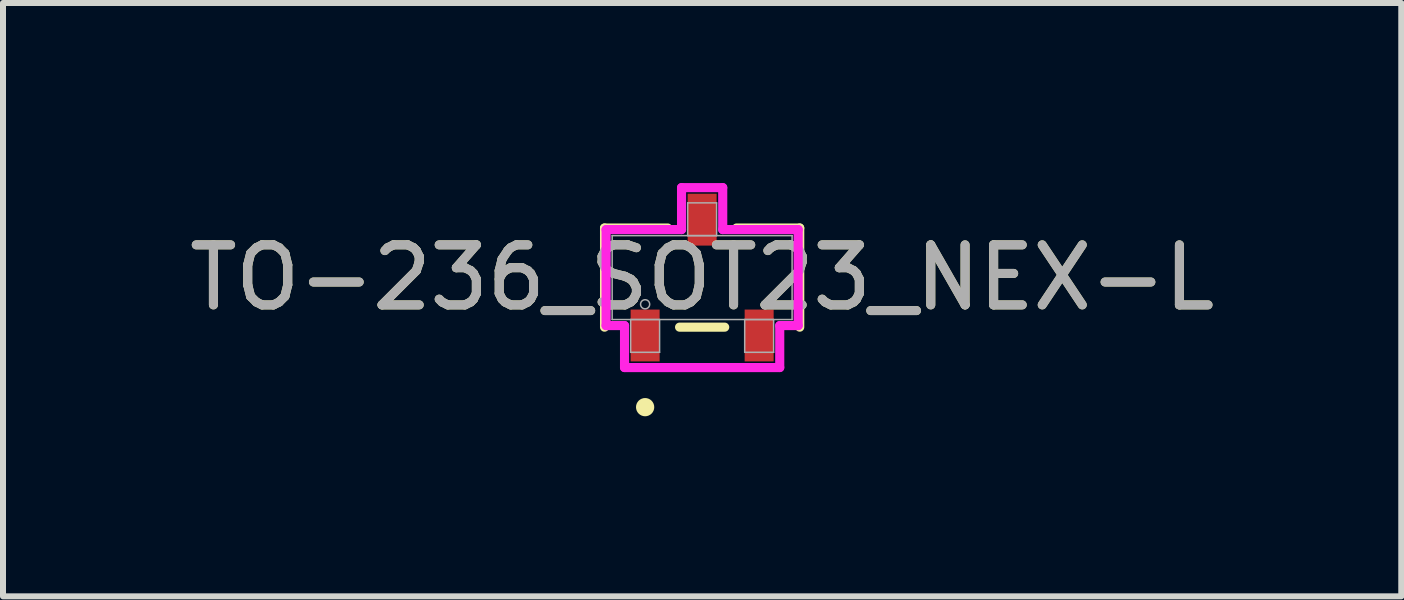
<source format=kicad_pcb>
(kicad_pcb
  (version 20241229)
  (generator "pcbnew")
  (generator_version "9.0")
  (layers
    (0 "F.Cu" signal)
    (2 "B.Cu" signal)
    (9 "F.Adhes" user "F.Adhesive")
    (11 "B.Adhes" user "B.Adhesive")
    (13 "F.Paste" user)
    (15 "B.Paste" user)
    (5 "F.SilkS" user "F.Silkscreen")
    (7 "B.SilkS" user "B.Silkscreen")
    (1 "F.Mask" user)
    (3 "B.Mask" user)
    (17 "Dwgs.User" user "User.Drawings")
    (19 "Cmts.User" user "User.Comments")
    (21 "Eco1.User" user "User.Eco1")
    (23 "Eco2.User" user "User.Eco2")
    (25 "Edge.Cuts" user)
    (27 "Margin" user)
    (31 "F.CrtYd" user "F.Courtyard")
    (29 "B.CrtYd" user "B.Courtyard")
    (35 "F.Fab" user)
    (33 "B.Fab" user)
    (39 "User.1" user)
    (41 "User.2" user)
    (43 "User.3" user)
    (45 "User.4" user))
  (footprint "TO-236_SOT23_NEX-L"
    (layer "F.Cu")
    (at 8.649 1.575)
    (property "Reference" "TO-236_SOT23_NEX-L" (at 0 0 0) (unlocked yes) (layer "F.SilkS") (effects (font (size 1 1) (thickness 0.15))))
    (attr smd)
    (fp_line (start -1.626 -0.826) (end -1.626 0.826) (stroke (width 0.152) (type solid)) (layer "F.SilkS"))
    (fp_line (start -0.574 -0.826) (end -1.626 -0.826) (stroke (width 0.152) (type solid)) (layer "F.SilkS"))
    (fp_line (start -0.376 0.826) (end 0.376 0.826) (stroke (width 0.152) (type solid)) (layer "F.SilkS"))
    (fp_line (start 1.626 -0.826) (end 0.574 -0.826) (stroke (width 0.152) (type solid)) (layer "F.SilkS"))
    (fp_line (start 1.626 0.826) (end 1.626 -0.826) (stroke (width 0.152) (type solid)) (layer "F.SilkS"))
    (fp_circle (center -0.95 2.159) (end -0.874 2.159) (stroke (width 0.152) (type solid)) (fill no) (layer "F.SilkS"))
    (fp_line (start -1.6 -0.8) (end -0.343 -0.8) (stroke (width 0.152) (type solid)) (layer "F.CrtYd"))
    (fp_line (start -1.6 0.8) (end -1.6 -0.8) (stroke (width 0.152) (type solid)) (layer "F.CrtYd"))
    (fp_line (start -1.6 0.8) (end -1.293 0.8) (stroke (width 0.152) (type solid)) (layer "F.CrtYd"))
    (fp_line (start -1.293 0.8) (end -1.293 1.499) (stroke (width 0.152) (type solid)) (layer "F.CrtYd"))
    (fp_line (start -1.293 1.499) (end 1.293 1.499) (stroke (width 0.152) (type solid)) (layer "F.CrtYd"))
    (fp_line (start -0.343 -1.499) (end 0.343 -1.499) (stroke (width 0.152) (type solid)) (layer "F.CrtYd"))
    (fp_line (start -0.343 -0.8) (end -0.343 -1.499) (stroke (width 0.152) (type solid)) (layer "F.CrtYd"))
    (fp_line (start 0.343 -0.8) (end 0.343 -1.499) (stroke (width 0.152) (type solid)) (layer "F.CrtYd"))
    (fp_line (start 1.293 0.8) (end 1.293 1.499) (stroke (width 0.152) (type solid)) (layer "F.CrtYd"))
    (fp_line (start 1.6 -0.8) (end 0.343 -0.8) (stroke (width 0.152) (type solid)) (layer "F.CrtYd"))
    (fp_line (start 1.6 -0.8) (end 1.6 0.8) (stroke (width 0.152) (type solid)) (layer "F.CrtYd"))
    (fp_line (start 1.6 0.8) (end 1.293 0.8) (stroke (width 0.152) (type solid)) (layer "F.CrtYd"))
    (fp_line (start -1.499 -0.699) (end -1.499 0.699) (stroke (width 0.025) (type solid)) (layer "F.Fab"))
    (fp_line (start -1.499 0.699) (end 1.499 0.699) (stroke (width 0.025) (type solid)) (layer "F.Fab"))
    (fp_line (start -1.191 0.699) (end -1.191 1.245) (stroke (width 0.025) (type solid)) (layer "F.Fab"))
    (fp_line (start -1.191 1.245) (end -0.709 1.245) (stroke (width 0.025) (type solid)) (layer "F.Fab"))
    (fp_line (start -0.709 0.699) (end -1.191 0.699) (stroke (width 0.025) (type solid)) (layer "F.Fab"))
    (fp_line (start -0.709 1.245) (end -0.709 0.699) (stroke (width 0.025) (type solid)) (layer "F.Fab"))
    (fp_line (start -0.241 -1.245) (end -0.241 -0.699) (stroke (width 0.025) (type solid)) (layer "F.Fab"))
    (fp_line (start -0.241 -0.699) (end 0.241 -0.699) (stroke (width 0.025) (type solid)) (layer "F.Fab"))
    (fp_line (start 0.241 -1.245) (end -0.241 -1.245) (stroke (width 0.025) (type solid)) (layer "F.Fab"))
    (fp_line (start 0.241 -0.699) (end 0.241 -1.245) (stroke (width 0.025) (type solid)) (layer "F.Fab"))
    (fp_line (start 0.709 0.699) (end 0.709 1.245) (stroke (width 0.025) (type solid)) (layer "F.Fab"))
    (fp_line (start 0.709 1.245) (end 1.191 1.245) (stroke (width 0.025) (type solid)) (layer "F.Fab"))
    (fp_line (start 1.191 0.699) (end 0.709 0.699) (stroke (width 0.025) (type solid)) (layer "F.Fab"))
    (fp_line (start 1.191 1.245) (end 1.191 0.699) (stroke (width 0.025) (type solid)) (layer "F.Fab"))
    (fp_line (start 1.499 -0.699) (end -1.499 -0.699) (stroke (width 0.025) (type solid)) (layer "F.Fab"))
    (fp_line (start 1.499 0.699) (end 1.499 -0.699) (stroke (width 0.025) (type solid)) (layer "F.Fab"))
    (fp_circle (center -0.95 0.445) (end -0.874 0.445) (stroke (width 0.025) (type solid)) (fill no) (layer "F.Fab"))
    (fp_text user "${REFERENCE}" (at 0 0 0) (unlocked yes) (layer "F.Fab") (effects (font (size 1 1) (thickness 0.15))))
    (pad "1" smd rect (at -0.95 0.965) (size 0.483 0.864) (layers "F.Cu" "F.Mask" "F.Paste"))
    (pad "2" smd rect (at 0.95 0.965) (size 0.483 0.864) (layers "F.Cu" "F.Mask" "F.Paste"))
    (pad "3" smd rect (at 0 -0.965) (size 0.483 0.864) (layers "F.Cu" "F.Mask" "F.Paste")))
  (gr_rect
    (start -3 -3)
    (end 20.298 6.886)
    (stroke (width 0.1) (type default))
    (fill no)
    (layer "Edge.Cuts")))
</source>
